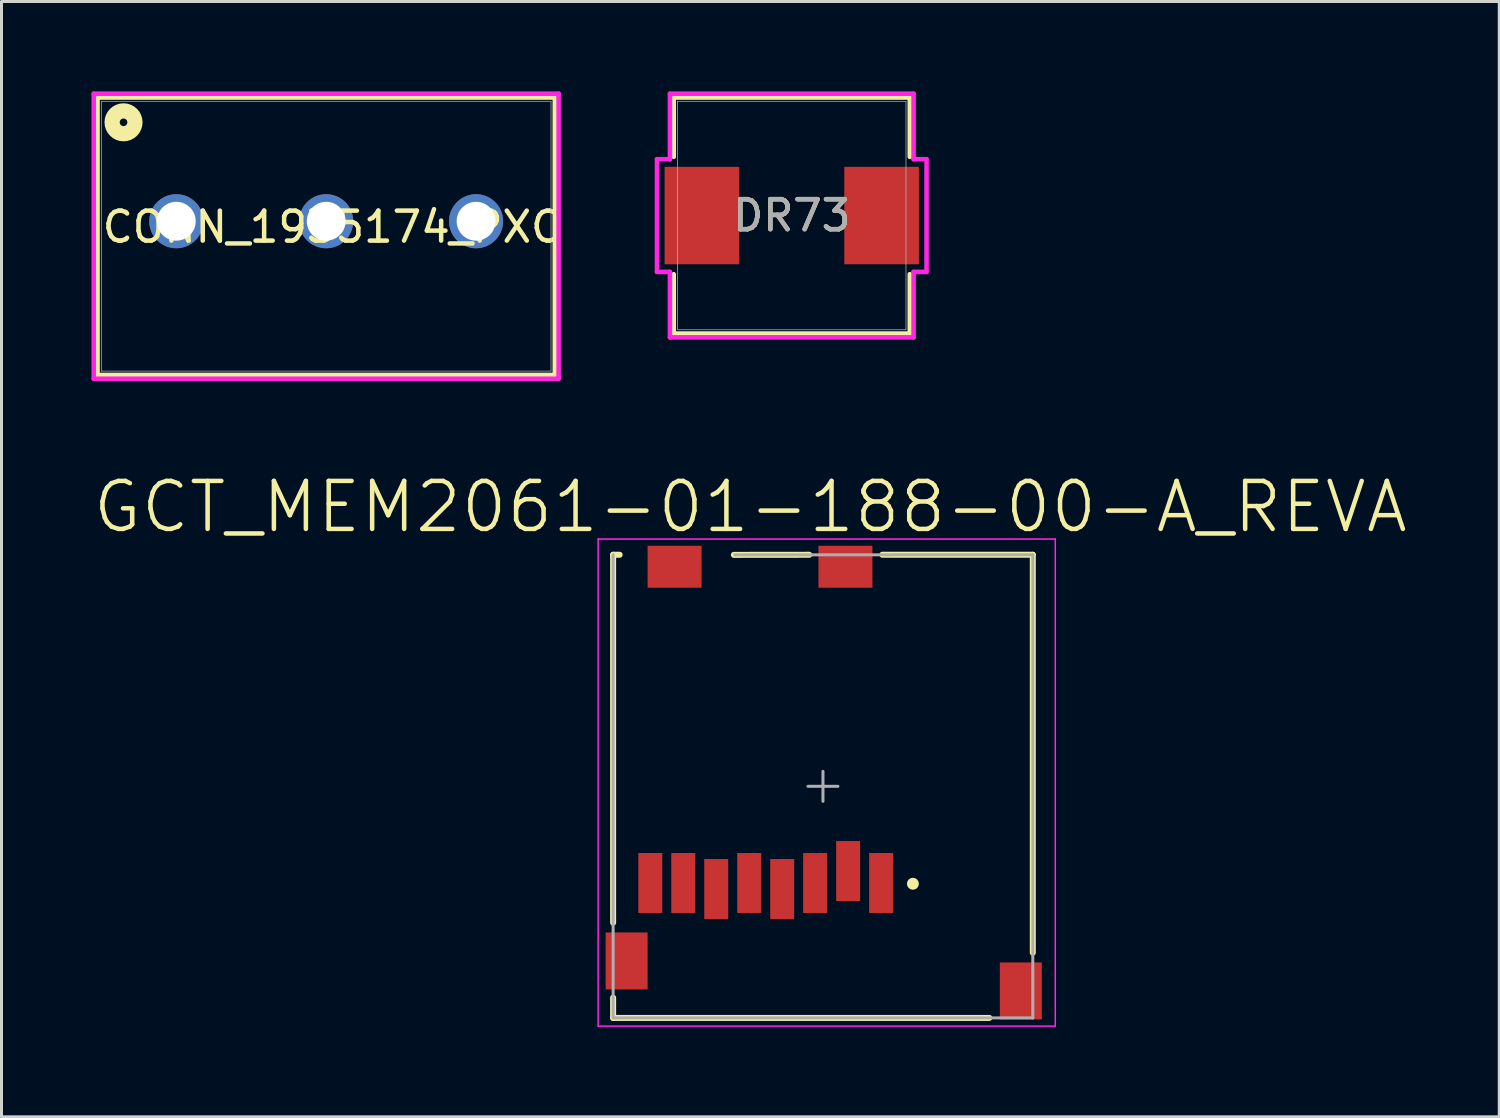
<source format=kicad_pcb>
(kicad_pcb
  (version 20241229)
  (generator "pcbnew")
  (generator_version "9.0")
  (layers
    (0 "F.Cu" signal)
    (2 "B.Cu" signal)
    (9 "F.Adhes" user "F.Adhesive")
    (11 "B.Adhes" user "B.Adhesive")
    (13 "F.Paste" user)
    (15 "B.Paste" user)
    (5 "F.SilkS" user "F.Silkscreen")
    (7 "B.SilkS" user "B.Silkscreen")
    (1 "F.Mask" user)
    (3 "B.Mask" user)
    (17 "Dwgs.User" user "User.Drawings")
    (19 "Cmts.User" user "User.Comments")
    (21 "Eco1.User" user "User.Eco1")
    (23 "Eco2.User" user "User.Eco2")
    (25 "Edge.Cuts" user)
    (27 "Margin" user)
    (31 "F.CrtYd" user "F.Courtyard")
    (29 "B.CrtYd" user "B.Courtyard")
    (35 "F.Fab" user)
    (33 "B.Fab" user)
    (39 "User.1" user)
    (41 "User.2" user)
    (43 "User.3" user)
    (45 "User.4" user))
  (footprint "GCT_MEM2061-01-188-00-A_REVA"
    (layer "F.Cu")
    (at 24.403 23.181)
    (property "Reference" "GCT_MEM2061-01-188-00-A_REVA" (at -2.421 -9.321 0) (layer "F.SilkS") (effects (font (size 1.601 1.601) (thickness 0.15))))
    (attr smd)
    (fp_line (start -7 -7.725) (end -6.782 -7.725) (stroke (width 0.2) (type solid)) (layer "F.SilkS"))
    (fp_line (start -7 4.55) (end -7 -7.725) (stroke (width 0.2) (type solid)) (layer "F.SilkS"))
    (fp_line (start -7 7.725) (end -7 7.05) (stroke (width 0.2) (type solid)) (layer "F.SilkS"))
    (fp_line (start -7 7.725) (end 5.55 7.725) (stroke (width 0.2) (type solid)) (layer "F.SilkS"))
    (fp_line (start -2.972 -7.722) (end -0.457 -7.725) (stroke (width 0.2) (type solid)) (layer "F.SilkS"))
    (fp_line (start 1.981 -7.725) (end 7 -7.725) (stroke (width 0.2) (type solid)) (layer "F.SilkS"))
    (fp_line (start 7 5.55) (end 7 -7.725) (stroke (width 0.2) (type solid)) (layer "F.SilkS"))
    (fp_circle (center 3 3.25) (end 3.1 3.25) (stroke (width 0.2) (type solid)) (fill no) (layer "F.SilkS"))
    (fp_line (start -7.5 -8.25) (end 7.75 -8.25) (stroke (width 0.05) (type solid)) (layer "F.CrtYd"))
    (fp_line (start -7.5 8) (end -7.5 -8.25) (stroke (width 0.05) (type solid)) (layer "F.CrtYd"))
    (fp_line (start 7.75 -8.25) (end 7.75 8) (stroke (width 0.05) (type solid)) (layer "F.CrtYd"))
    (fp_line (start 7.75 8) (end -7.5 8) (stroke (width 0.05) (type solid)) (layer "F.CrtYd"))
    (fp_line (start -7 7.725) (end -7 -7.725) (stroke (width 0.1) (type solid)) (layer "F.Fab"))
    (fp_line (start -7 7.725) (end 7 7.725) (stroke (width 0.1) (type solid)) (layer "F.Fab"))
    (fp_line (start -2.946 -7.722) (end 7 -7.725) (stroke (width 0.1) (type solid)) (layer "F.Fab"))
    (fp_line (start -0.5 0) (end 0.5 0) (stroke (width 0.1) (type solid)) (layer "F.Fab"))
    (fp_line (start 0 0.5) (end 0 -0.5) (stroke (width 0.1) (type solid)) (layer "F.Fab"))
    (fp_line (start 7 7.725) (end 7 -7.725) (stroke (width 0.1) (type solid)) (layer "F.Fab"))
    (pad "1" smd rect (at 1.94 3.225) (size 0.8 2) (layers "F.Cu" "F.Mask" "F.Paste"))
    (pad "2" smd rect (at 0.84 2.825) (size 0.8 2) (layers "F.Cu" "F.Mask" "F.Paste"))
    (pad "3" smd rect (at -0.26 3.225) (size 0.8 2) (layers "F.Cu" "F.Mask" "F.Paste"))
    (pad "4" smd rect (at -1.36 3.425) (size 0.8 2) (layers "F.Cu" "F.Mask" "F.Paste"))
    (pad "5" smd rect (at -2.46 3.225) (size 0.8 2) (layers "F.Cu" "F.Mask" "F.Paste"))
    (pad "6" smd rect (at -3.56 3.425) (size 0.8 2) (layers "F.Cu" "F.Mask" "F.Paste"))
    (pad "7" smd rect (at -4.66 3.225) (size 0.8 2) (layers "F.Cu" "F.Mask" "F.Paste"))
    (pad "8" smd rect (at -5.76 3.225) (size 0.8 2) (layers "F.Cu" "F.Mask" "F.Paste"))
    (pad "9" smd rect (at -4.95 -7.325) (size 1.8 1.4) (layers "F.Cu" "F.Mask" "F.Paste"))
    (pad "10" smd rect (at 0.75 -7.325) (size 1.8 1.4) (layers "F.Cu" "F.Mask" "F.Paste"))
    (pad "11" smd rect (at -6.55 5.825) (size 1.4 1.9) (layers "F.Cu" "F.Mask" "F.Paste"))
    (pad "12" smd rect (at 6.6 6.825) (size 1.4 1.9) (layers "F.Cu" "F.Mask" "F.Paste"))
    (zone (net_name "") (layer "F.Cu") (hatch full 0.508) (connect_pads) (min_thickness 0.01) (filled_areas_thickness no) (keepout (tracks not_allowed) (vias not_allowed) (pads not_allowed) (copperpour not_allowed) (footprints allowed)) (placement (enabled no)) (fill) (polygon (pts (xy 17.392 18.006) (xy 27.773 18.006) (xy 27.773 20.082) (xy 17.392 20.082)))))
  (footprint "CONN_1935174_PXC"
    (layer "F.Cu")
    (at 3.023 4.521)
    (property "Reference" "CONN_1935174_PXC" (at 5 0 0) (unlocked yes) (layer "F.SilkS") (effects (font (size 1 1) (thickness 0.15))))
    (attr through_hole)
    (fp_line (start -2.819 -4.318) (end -2.819 4.936) (stroke (width 0.152) (type solid)) (layer "F.SilkS"))
    (fp_line (start -2.819 4.936) (end 12.435 4.936) (stroke (width 0.152) (type solid)) (layer "F.SilkS"))
    (fp_line (start 12.435 -4.318) (end -2.819 -4.318) (stroke (width 0.152) (type solid)) (layer "F.SilkS"))
    (fp_line (start 12.435 4.936) (end 12.435 -4.318) (stroke (width 0.152) (type solid)) (layer "F.SilkS"))
    (fp_circle (center -1.952 -3.491) (end -1.571 -3.491) (stroke (width 0.508) (type solid)) (fill no) (layer "F.SilkS"))
    (fp_line (start -2.946 -4.445) (end -2.946 5.063) (stroke (width 0.152) (type solid)) (layer "F.CrtYd"))
    (fp_line (start -2.946 5.063) (end 12.562 5.063) (stroke (width 0.152) (type solid)) (layer "F.CrtYd"))
    (fp_line (start 12.562 -4.445) (end -2.946 -4.445) (stroke (width 0.152) (type solid)) (layer "F.CrtYd"))
    (fp_line (start 12.562 5.063) (end 12.562 -4.445) (stroke (width 0.152) (type solid)) (layer "F.CrtYd"))
    (fp_line (start -2.692 -4.191) (end -2.692 4.809) (stroke (width 0.025) (type solid)) (layer "F.Fab"))
    (fp_line (start -2.692 4.809) (end 12.308 4.809) (stroke (width 0.025) (type solid)) (layer "F.Fab"))
    (fp_line (start 12.308 -4.191) (end -2.692 -4.191) (stroke (width 0.025) (type solid)) (layer "F.Fab"))
    (fp_line (start 12.308 4.809) (end 12.308 -4.191) (stroke (width 0.025) (type solid)) (layer "F.Fab"))
    (pad "1" thru_hole circle (at -0.192 -0.191) (size 1.803 1.803) (drill 1.295) (layers "*.Cu" "*.Mask"))
    (pad "2" thru_hole circle (at 4.808 -0.191) (size 1.803 1.803) (drill 1.295) (layers "*.Cu" "*.Mask"))
    (pad "3" thru_hole circle (at 9.808 -0.191) (size 1.803 1.803) (drill 1.295) (layers "*.Cu" "*.Mask")))
  (footprint "DR73"
    (layer "F.Cu")
    (at 23.362 4.14)
    (property "Reference" "DR73" (at 0 0 0) (unlocked yes) (layer "F.SilkS") (effects (font (size 1 1) (thickness 0.15))))
    (attr smd)
    (fp_line (start -3.937 -3.937) (end -3.937 -1.958) (stroke (width 0.152) (type solid)) (layer "F.SilkS"))
    (fp_line (start -3.937 1.958) (end -3.937 3.937) (stroke (width 0.152) (type solid)) (layer "F.SilkS"))
    (fp_line (start -3.937 3.937) (end 3.937 3.937) (stroke (width 0.152) (type solid)) (layer "F.SilkS"))
    (fp_line (start 3.937 -3.937) (end -3.937 -3.937) (stroke (width 0.152) (type solid)) (layer "F.SilkS"))
    (fp_line (start 3.937 -1.958) (end 3.937 -3.937) (stroke (width 0.152) (type solid)) (layer "F.SilkS"))
    (fp_line (start 3.937 3.937) (end 3.937 1.958) (stroke (width 0.152) (type solid)) (layer "F.SilkS"))
    (fp_line (start -4.496 -1.88) (end -4.064 -1.88) (stroke (width 0.152) (type solid)) (layer "F.CrtYd"))
    (fp_line (start -4.496 1.88) (end -4.496 -1.88) (stroke (width 0.152) (type solid)) (layer "F.CrtYd"))
    (fp_line (start -4.496 1.88) (end -4.064 1.88) (stroke (width 0.152) (type solid)) (layer "F.CrtYd"))
    (fp_line (start -4.064 -4.064) (end 4.064 -4.064) (stroke (width 0.152) (type solid)) (layer "F.CrtYd"))
    (fp_line (start -4.064 -1.88) (end -4.064 -4.064) (stroke (width 0.152) (type solid)) (layer "F.CrtYd"))
    (fp_line (start -4.064 1.88) (end -4.064 4.064) (stroke (width 0.152) (type solid)) (layer "F.CrtYd"))
    (fp_line (start -4.064 4.064) (end 4.064 4.064) (stroke (width 0.152) (type solid)) (layer "F.CrtYd"))
    (fp_line (start 4.064 -4.064) (end 4.064 -1.88) (stroke (width 0.152) (type solid)) (layer "F.CrtYd"))
    (fp_line (start 4.064 -1.88) (end 4.496 -1.88) (stroke (width 0.152) (type solid)) (layer "F.CrtYd"))
    (fp_line (start 4.064 1.88) (end 4.496 1.88) (stroke (width 0.152) (type solid)) (layer "F.CrtYd"))
    (fp_line (start 4.064 4.064) (end 4.064 1.88) (stroke (width 0.152) (type solid)) (layer "F.CrtYd"))
    (fp_line (start 4.496 -1.88) (end 4.496 1.88) (stroke (width 0.152) (type solid)) (layer "F.CrtYd"))
    (fp_line (start -3.81 -3.81) (end -3.81 3.81) (stroke (width 0.025) (type solid)) (layer "F.Fab"))
    (fp_line (start -3.81 3.81) (end 3.81 3.81) (stroke (width 0.025) (type solid)) (layer "F.Fab"))
    (fp_line (start 3.81 -3.81) (end -3.81 -3.81) (stroke (width 0.025) (type solid)) (layer "F.Fab"))
    (fp_line (start 3.81 3.81) (end 3.81 -3.81) (stroke (width 0.025) (type solid)) (layer "F.Fab"))
    (fp_text user "${REFERENCE}" (at 0 0 0) (unlocked yes) (layer "F.Fab") (effects (font (size 1 1) (thickness 0.15))))
    (pad "1" smd rect (at -2.997 0) (size 2.489 3.251) (layers "F.Cu" "F.Mask" "F.Paste"))
    (pad "2" smd rect (at 2.997 0) (size 2.489 3.251) (layers "F.Cu" "F.Mask" "F.Paste"))
    (zone (net_name "") (layer "F.Cu") (hatch full 0.508) (connect_pads) (min_thickness 0.254) (filled_areas_thickness no) (keepout (tracks not_allowed) (vias not_allowed) (pads allowed) (copperpour not_allowed) (footprints allowed)) (placement (enabled no)) (fill) (polygon (pts (xy 21.661 0.381) (xy 25.064 0.381) (xy 25.064 7.899) (xy 21.661 7.899)))))
  (gr_rect
    (start -3 -3)
    (end 46.963 34.206)
    (stroke (width 0.1) (type default))
    (fill no)
    (layer "Edge.Cuts")))
</source>
